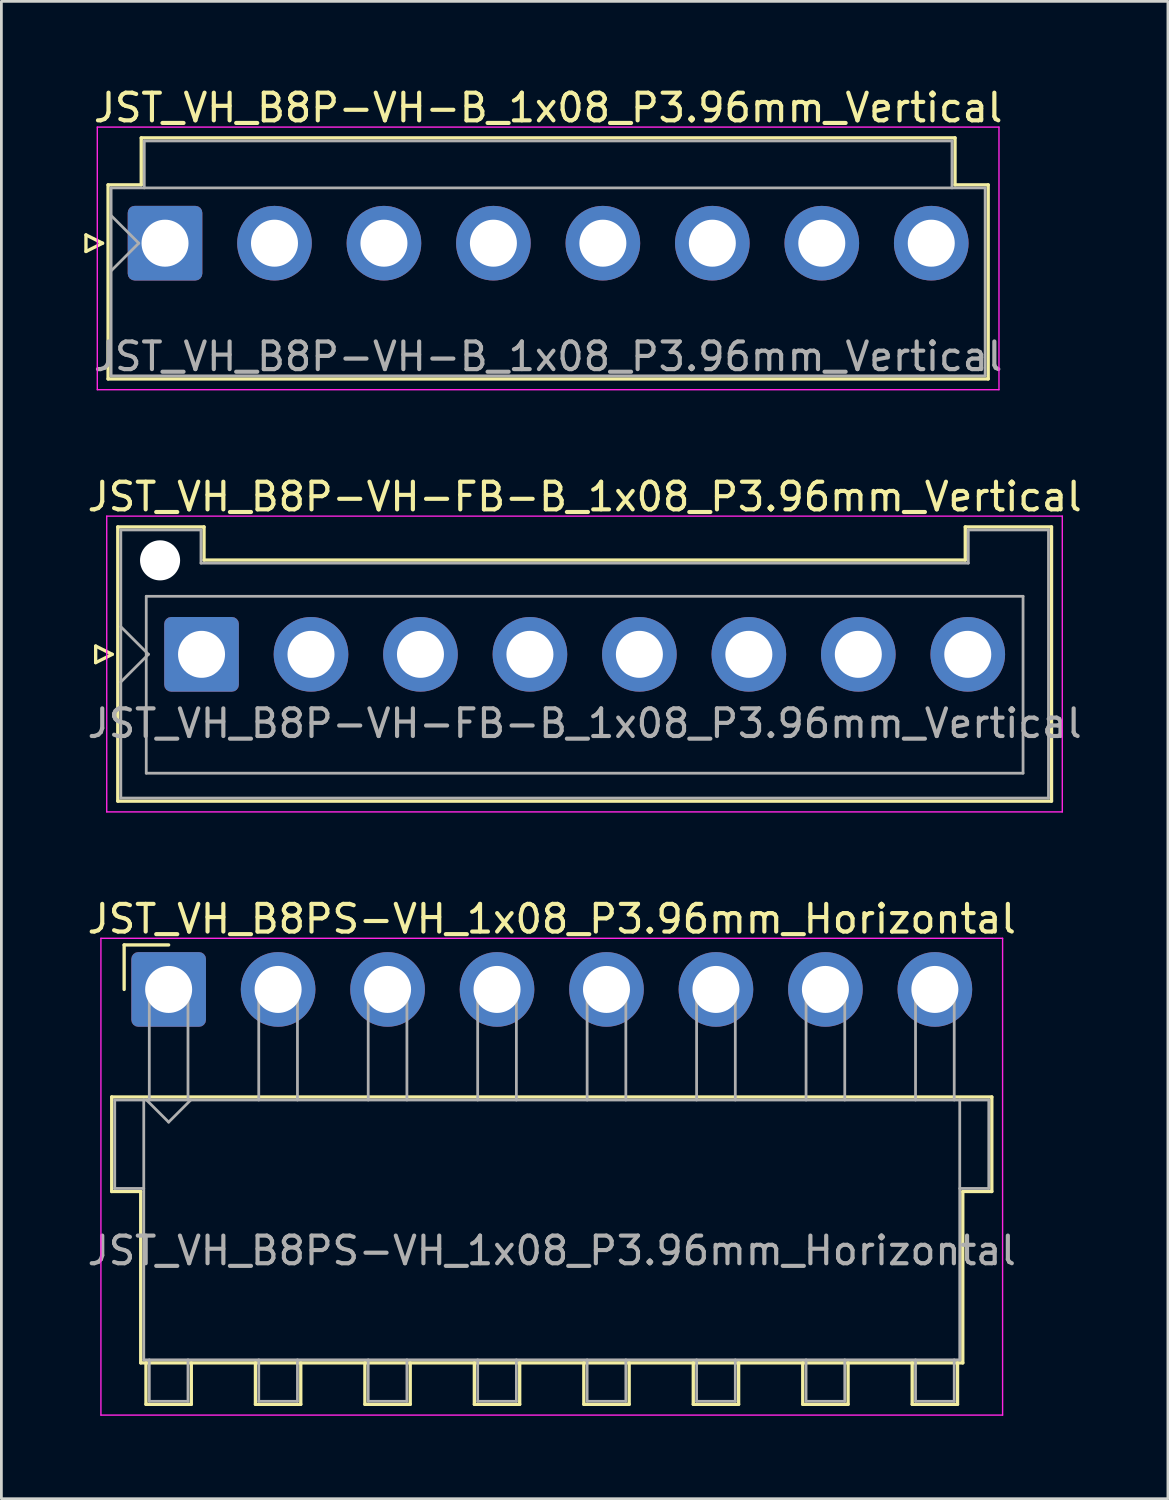
<source format=kicad_pcb>
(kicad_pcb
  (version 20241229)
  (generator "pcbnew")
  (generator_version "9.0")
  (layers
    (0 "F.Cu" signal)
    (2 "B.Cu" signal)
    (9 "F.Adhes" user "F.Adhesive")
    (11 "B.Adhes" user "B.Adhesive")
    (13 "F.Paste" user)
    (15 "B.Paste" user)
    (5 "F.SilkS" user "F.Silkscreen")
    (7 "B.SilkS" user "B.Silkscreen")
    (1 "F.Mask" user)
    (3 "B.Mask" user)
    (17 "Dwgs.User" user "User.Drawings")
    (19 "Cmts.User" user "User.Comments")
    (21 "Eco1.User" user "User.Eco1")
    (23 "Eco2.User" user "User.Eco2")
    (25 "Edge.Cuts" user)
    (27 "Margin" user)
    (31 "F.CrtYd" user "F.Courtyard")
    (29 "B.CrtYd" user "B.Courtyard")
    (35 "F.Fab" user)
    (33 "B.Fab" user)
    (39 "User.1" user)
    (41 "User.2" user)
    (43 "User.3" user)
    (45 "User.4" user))
  (footprint "JST_VH_B8PS-VH_1x08_P3.96mm_Horizontal"
    (layer "F.Cu")
    (at 3.051 32.745)
    (property "Reference" "JST_VH_B8PS-VH_1x08_P3.96mm_Horizontal" (at 13.86 -2.55 0) (layer "F.SilkS") (effects (font (size 1 1) (thickness 0.15))))
    (attr through_hole)
    (fp_line (start -2.06 3.89) (end 29.78 3.89) (stroke (width 0.12) (type solid)) (layer "F.SilkS"))
    (fp_line (start -2.06 7.31) (end -2.06 3.89) (stroke (width 0.12) (type solid)) (layer "F.SilkS"))
    (fp_line (start -1.61 -1.61) (end -1.61 0) (stroke (width 0.12) (type solid)) (layer "F.SilkS"))
    (fp_line (start -1.01 7.31) (end -2.06 7.31) (stroke (width 0.12) (type solid)) (layer "F.SilkS"))
    (fp_line (start -1.01 13.51) (end -1.01 7.31) (stroke (width 0.12) (type solid)) (layer "F.SilkS"))
    (fp_line (start -0.82 13.51) (end -0.82 15.01) (stroke (width 0.12) (type solid)) (layer "F.SilkS"))
    (fp_line (start -0.82 15.01) (end 0.82 15.01) (stroke (width 0.12) (type solid)) (layer "F.SilkS"))
    (fp_line (start 0 -1.61) (end -1.61 -1.61) (stroke (width 0.12) (type solid)) (layer "F.SilkS"))
    (fp_line (start 0.82 15.01) (end 0.82 13.51) (stroke (width 0.12) (type solid)) (layer "F.SilkS"))
    (fp_line (start 3.14 13.51) (end 3.14 15.01) (stroke (width 0.12) (type solid)) (layer "F.SilkS"))
    (fp_line (start 3.14 15.01) (end 4.78 15.01) (stroke (width 0.12) (type solid)) (layer "F.SilkS"))
    (fp_line (start 4.78 15.01) (end 4.78 13.51) (stroke (width 0.12) (type solid)) (layer "F.SilkS"))
    (fp_line (start 7.1 13.51) (end 7.1 15.01) (stroke (width 0.12) (type solid)) (layer "F.SilkS"))
    (fp_line (start 7.1 15.01) (end 8.74 15.01) (stroke (width 0.12) (type solid)) (layer "F.SilkS"))
    (fp_line (start 8.74 15.01) (end 8.74 13.51) (stroke (width 0.12) (type solid)) (layer "F.SilkS"))
    (fp_line (start 11.06 13.51) (end 11.06 15.01) (stroke (width 0.12) (type solid)) (layer "F.SilkS"))
    (fp_line (start 11.06 15.01) (end 12.7 15.01) (stroke (width 0.12) (type solid)) (layer "F.SilkS"))
    (fp_line (start 12.7 15.01) (end 12.7 13.51) (stroke (width 0.12) (type solid)) (layer "F.SilkS"))
    (fp_line (start 15.02 13.51) (end 15.02 15.01) (stroke (width 0.12) (type solid)) (layer "F.SilkS"))
    (fp_line (start 15.02 15.01) (end 16.66 15.01) (stroke (width 0.12) (type solid)) (layer "F.SilkS"))
    (fp_line (start 16.66 15.01) (end 16.66 13.51) (stroke (width 0.12) (type solid)) (layer "F.SilkS"))
    (fp_line (start 18.98 13.51) (end 18.98 15.01) (stroke (width 0.12) (type solid)) (layer "F.SilkS"))
    (fp_line (start 18.98 15.01) (end 20.62 15.01) (stroke (width 0.12) (type solid)) (layer "F.SilkS"))
    (fp_line (start 20.62 15.01) (end 20.62 13.51) (stroke (width 0.12) (type solid)) (layer "F.SilkS"))
    (fp_line (start 22.94 13.51) (end 22.94 15.01) (stroke (width 0.12) (type solid)) (layer "F.SilkS"))
    (fp_line (start 22.94 15.01) (end 24.58 15.01) (stroke (width 0.12) (type solid)) (layer "F.SilkS"))
    (fp_line (start 24.58 15.01) (end 24.58 13.51) (stroke (width 0.12) (type solid)) (layer "F.SilkS"))
    (fp_line (start 26.9 13.51) (end 26.9 15.01) (stroke (width 0.12) (type solid)) (layer "F.SilkS"))
    (fp_line (start 26.9 15.01) (end 28.54 15.01) (stroke (width 0.12) (type solid)) (layer "F.SilkS"))
    (fp_line (start 28.54 15.01) (end 28.54 13.51) (stroke (width 0.12) (type solid)) (layer "F.SilkS"))
    (fp_line (start 28.73 7.31) (end 28.73 13.51) (stroke (width 0.12) (type solid)) (layer "F.SilkS"))
    (fp_line (start 28.73 13.51) (end -1.01 13.51) (stroke (width 0.12) (type solid)) (layer "F.SilkS"))
    (fp_line (start 29.78 3.89) (end 29.78 7.31) (stroke (width 0.12) (type solid)) (layer "F.SilkS"))
    (fp_line (start 29.78 7.31) (end 28.73 7.31) (stroke (width 0.12) (type solid)) (layer "F.SilkS"))
    (fp_line (start -2.45 -1.85) (end -2.45 15.4) (stroke (width 0.05) (type solid)) (layer "F.CrtYd"))
    (fp_line (start -2.45 15.4) (end 30.17 15.4) (stroke (width 0.05) (type solid)) (layer "F.CrtYd"))
    (fp_line (start 30.17 -1.85) (end -2.45 -1.85) (stroke (width 0.05) (type solid)) (layer "F.CrtYd"))
    (fp_line (start 30.17 15.4) (end 30.17 -1.85) (stroke (width 0.05) (type solid)) (layer "F.CrtYd"))
    (fp_line (start -1.95 4) (end -0.9 4) (stroke (width 0.1) (type solid)) (layer "F.Fab"))
    (fp_line (start -1.95 7.2) (end -1.95 4) (stroke (width 0.1) (type solid)) (layer "F.Fab"))
    (fp_line (start -0.9 4) (end -0.9 13.4) (stroke (width 0.1) (type solid)) (layer "F.Fab"))
    (fp_line (start -0.9 7.2) (end -1.95 7.2) (stroke (width 0.1) (type solid)) (layer "F.Fab"))
    (fp_line (start -0.9 13.4) (end 28.62 13.4) (stroke (width 0.1) (type solid)) (layer "F.Fab"))
    (fp_line (start -0.8 4) (end 0 4.8) (stroke (width 0.1) (type solid)) (layer "F.Fab"))
    (fp_line (start -0.7 0) (end 0.7 0) (stroke (width 0.1) (type solid)) (layer "F.Fab"))
    (fp_line (start -0.7 4) (end -0.7 0) (stroke (width 0.1) (type solid)) (layer "F.Fab"))
    (fp_line (start -0.7 13.4) (end -0.7 14.9) (stroke (width 0.1) (type solid)) (layer "F.Fab"))
    (fp_line (start -0.7 14.9) (end 0.7 14.9) (stroke (width 0.1) (type solid)) (layer "F.Fab"))
    (fp_line (start 0 4.8) (end 0.8 4) (stroke (width 0.1) (type solid)) (layer "F.Fab"))
    (fp_line (start 0.7 0) (end 0.7 4) (stroke (width 0.1) (type solid)) (layer "F.Fab"))
    (fp_line (start 0.7 14.9) (end 0.7 13.4) (stroke (width 0.1) (type solid)) (layer "F.Fab"))
    (fp_line (start 3.26 0) (end 4.66 0) (stroke (width 0.1) (type solid)) (layer "F.Fab"))
    (fp_line (start 3.26 4) (end 3.26 0) (stroke (width 0.1) (type solid)) (layer "F.Fab"))
    (fp_line (start 3.26 13.4) (end 3.26 14.9) (stroke (width 0.1) (type solid)) (layer "F.Fab"))
    (fp_line (start 3.26 14.9) (end 4.66 14.9) (stroke (width 0.1) (type solid)) (layer "F.Fab"))
    (fp_line (start 4.66 0) (end 4.66 4) (stroke (width 0.1) (type solid)) (layer "F.Fab"))
    (fp_line (start 4.66 14.9) (end 4.66 13.4) (stroke (width 0.1) (type solid)) (layer "F.Fab"))
    (fp_line (start 7.22 0) (end 8.62 0) (stroke (width 0.1) (type solid)) (layer "F.Fab"))
    (fp_line (start 7.22 4) (end 7.22 0) (stroke (width 0.1) (type solid)) (layer "F.Fab"))
    (fp_line (start 7.22 13.4) (end 7.22 14.9) (stroke (width 0.1) (type solid)) (layer "F.Fab"))
    (fp_line (start 7.22 14.9) (end 8.62 14.9) (stroke (width 0.1) (type solid)) (layer "F.Fab"))
    (fp_line (start 8.62 0) (end 8.62 4) (stroke (width 0.1) (type solid)) (layer "F.Fab"))
    (fp_line (start 8.62 14.9) (end 8.62 13.4) (stroke (width 0.1) (type solid)) (layer "F.Fab"))
    (fp_line (start 11.18 0) (end 12.58 0) (stroke (width 0.1) (type solid)) (layer "F.Fab"))
    (fp_line (start 11.18 4) (end 11.18 0) (stroke (width 0.1) (type solid)) (layer "F.Fab"))
    (fp_line (start 11.18 13.4) (end 11.18 14.9) (stroke (width 0.1) (type solid)) (layer "F.Fab"))
    (fp_line (start 11.18 14.9) (end 12.58 14.9) (stroke (width 0.1) (type solid)) (layer "F.Fab"))
    (fp_line (start 12.58 0) (end 12.58 4) (stroke (width 0.1) (type solid)) (layer "F.Fab"))
    (fp_line (start 12.58 14.9) (end 12.58 13.4) (stroke (width 0.1) (type solid)) (layer "F.Fab"))
    (fp_line (start 15.14 0) (end 16.54 0) (stroke (width 0.1) (type solid)) (layer "F.Fab"))
    (fp_line (start 15.14 4) (end 15.14 0) (stroke (width 0.1) (type solid)) (layer "F.Fab"))
    (fp_line (start 15.14 13.4) (end 15.14 14.9) (stroke (width 0.1) (type solid)) (layer "F.Fab"))
    (fp_line (start 15.14 14.9) (end 16.54 14.9) (stroke (width 0.1) (type solid)) (layer "F.Fab"))
    (fp_line (start 16.54 0) (end 16.54 4) (stroke (width 0.1) (type solid)) (layer "F.Fab"))
    (fp_line (start 16.54 14.9) (end 16.54 13.4) (stroke (width 0.1) (type solid)) (layer "F.Fab"))
    (fp_line (start 19.1 0) (end 20.5 0) (stroke (width 0.1) (type solid)) (layer "F.Fab"))
    (fp_line (start 19.1 4) (end 19.1 0) (stroke (width 0.1) (type solid)) (layer "F.Fab"))
    (fp_line (start 19.1 13.4) (end 19.1 14.9) (stroke (width 0.1) (type solid)) (layer "F.Fab"))
    (fp_line (start 19.1 14.9) (end 20.5 14.9) (stroke (width 0.1) (type solid)) (layer "F.Fab"))
    (fp_line (start 20.5 0) (end 20.5 4) (stroke (width 0.1) (type solid)) (layer "F.Fab"))
    (fp_line (start 20.5 14.9) (end 20.5 13.4) (stroke (width 0.1) (type solid)) (layer "F.Fab"))
    (fp_line (start 23.06 0) (end 24.46 0) (stroke (width 0.1) (type solid)) (layer "F.Fab"))
    (fp_line (start 23.06 4) (end 23.06 0) (stroke (width 0.1) (type solid)) (layer "F.Fab"))
    (fp_line (start 23.06 13.4) (end 23.06 14.9) (stroke (width 0.1) (type solid)) (layer "F.Fab"))
    (fp_line (start 23.06 14.9) (end 24.46 14.9) (stroke (width 0.1) (type solid)) (layer "F.Fab"))
    (fp_line (start 24.46 0) (end 24.46 4) (stroke (width 0.1) (type solid)) (layer "F.Fab"))
    (fp_line (start 24.46 14.9) (end 24.46 13.4) (stroke (width 0.1) (type solid)) (layer "F.Fab"))
    (fp_line (start 27.02 0) (end 28.42 0) (stroke (width 0.1) (type solid)) (layer "F.Fab"))
    (fp_line (start 27.02 4) (end 27.02 0) (stroke (width 0.1) (type solid)) (layer "F.Fab"))
    (fp_line (start 27.02 13.4) (end 27.02 14.9) (stroke (width 0.1) (type solid)) (layer "F.Fab"))
    (fp_line (start 27.02 14.9) (end 28.42 14.9) (stroke (width 0.1) (type solid)) (layer "F.Fab"))
    (fp_line (start 28.42 0) (end 28.42 4) (stroke (width 0.1) (type solid)) (layer "F.Fab"))
    (fp_line (start 28.42 14.9) (end 28.42 13.4) (stroke (width 0.1) (type solid)) (layer "F.Fab"))
    (fp_line (start 28.62 4) (end -0.9 4) (stroke (width 0.1) (type solid)) (layer "F.Fab"))
    (fp_line (start 28.62 4) (end 29.67 4) (stroke (width 0.1) (type solid)) (layer "F.Fab"))
    (fp_line (start 28.62 13.4) (end 28.62 4) (stroke (width 0.1) (type solid)) (layer "F.Fab"))
    (fp_line (start 29.67 4) (end 29.67 7.2) (stroke (width 0.1) (type solid)) (layer "F.Fab"))
    (fp_line (start 29.67 7.2) (end 28.62 7.2) (stroke (width 0.1) (type solid)) (layer "F.Fab"))
    (fp_text user "${REFERENCE}" (at 13.86 9.45 0) (layer "F.Fab") (effects (font (size 1 1) (thickness 0.15))))
    (pad "1" thru_hole roundrect (at 0 0) (size 2.7 2.7) (drill 1.7) (layers "*.Cu" "*.Mask") (roundrect_rratio 0.093))
    (pad "2" thru_hole circle (at 3.96 0) (size 2.7 2.7) (drill 1.7) (layers "*.Cu" "*.Mask"))
    (pad "3" thru_hole circle (at 7.92 0) (size 2.7 2.7) (drill 1.7) (layers "*.Cu" "*.Mask"))
    (pad "4" thru_hole circle (at 11.88 0) (size 2.7 2.7) (drill 1.7) (layers "*.Cu" "*.Mask"))
    (pad "5" thru_hole circle (at 15.84 0) (size 2.7 2.7) (drill 1.7) (layers "*.Cu" "*.Mask"))
    (pad "6" thru_hole circle (at 19.8 0) (size 2.7 2.7) (drill 1.7) (layers "*.Cu" "*.Mask"))
    (pad "7" thru_hole circle (at 23.76 0) (size 2.7 2.7) (drill 1.7) (layers "*.Cu" "*.Mask"))
    (pad "8" thru_hole circle (at 27.72 0) (size 2.7 2.7) (drill 1.7) (layers "*.Cu" "*.Mask")))
  (footprint "JST_VH_B8P-VH-FB-B_1x08_P3.96mm_Vertical"
    (layer "F.Cu")
    (at 4.241 20.622)
    (property "Reference" "JST_VH_B8P-VH-FB-B_1x08_P3.96mm_Vertical" (at 13.86 -5.7 0) (layer "F.SilkS") (effects (font (size 1 1) (thickness 0.15))))
    (attr through_hole)
    (fp_line (start -3.83 -0.3) (end -3.23 0) (stroke (width 0.12) (type solid)) (layer "F.SilkS"))
    (fp_line (start -3.83 0.3) (end -3.83 -0.3) (stroke (width 0.12) (type solid)) (layer "F.SilkS"))
    (fp_line (start -3.23 0) (end -3.83 0.3) (stroke (width 0.12) (type solid)) (layer "F.SilkS"))
    (fp_line (start -3.03 -4.61) (end 0.09 -4.61) (stroke (width 0.12) (type solid)) (layer "F.SilkS"))
    (fp_line (start -3.03 5.31) (end -3.03 -4.61) (stroke (width 0.12) (type solid)) (layer "F.SilkS"))
    (fp_line (start 0.09 -4.61) (end 0.09 -3.41) (stroke (width 0.12) (type solid)) (layer "F.SilkS"))
    (fp_line (start 0.09 -3.41) (end 27.63 -3.41) (stroke (width 0.12) (type solid)) (layer "F.SilkS"))
    (fp_line (start 27.63 -4.61) (end 30.75 -4.61) (stroke (width 0.12) (type solid)) (layer "F.SilkS"))
    (fp_line (start 27.63 -3.41) (end 27.63 -4.61) (stroke (width 0.12) (type solid)) (layer "F.SilkS"))
    (fp_line (start 30.75 -4.61) (end 30.75 5.31) (stroke (width 0.12) (type solid)) (layer "F.SilkS"))
    (fp_line (start 30.75 5.31) (end -3.03 5.31) (stroke (width 0.12) (type solid)) (layer "F.SilkS"))
    (fp_line (start -3.43 -5) (end -3.43 5.7) (stroke (width 0.05) (type solid)) (layer "F.CrtYd"))
    (fp_line (start -3.43 5.7) (end 31.14 5.7) (stroke (width 0.05) (type solid)) (layer "F.CrtYd"))
    (fp_line (start 31.14 -5) (end -3.43 -5) (stroke (width 0.05) (type solid)) (layer "F.CrtYd"))
    (fp_line (start 31.14 5.7) (end 31.14 -5) (stroke (width 0.05) (type solid)) (layer "F.CrtYd"))
    (fp_line (start -2.92 -4.5) (end -0.02 -4.5) (stroke (width 0.1) (type solid)) (layer "F.Fab"))
    (fp_line (start -2.92 -1) (end -1.92 0) (stroke (width 0.1) (type solid)) (layer "F.Fab"))
    (fp_line (start -2.92 1) (end -1.92 0) (stroke (width 0.1) (type solid)) (layer "F.Fab"))
    (fp_line (start -2.92 5.2) (end -2.92 -4.5) (stroke (width 0.1) (type solid)) (layer "F.Fab"))
    (fp_line (start -2 -2.1) (end 29.72 -2.1) (stroke (width 0.1) (type solid)) (layer "F.Fab"))
    (fp_line (start -2 4.3) (end -2 -2.1) (stroke (width 0.1) (type solid)) (layer "F.Fab"))
    (fp_line (start -0.02 -4.5) (end -0.02 -3.3) (stroke (width 0.1) (type solid)) (layer "F.Fab"))
    (fp_line (start -0.02 -3.3) (end 27.74 -3.3) (stroke (width 0.1) (type solid)) (layer "F.Fab"))
    (fp_line (start 27.74 -4.5) (end 30.64 -4.5) (stroke (width 0.1) (type solid)) (layer "F.Fab"))
    (fp_line (start 27.74 -3.3) (end 27.74 -4.5) (stroke (width 0.1) (type solid)) (layer "F.Fab"))
    (fp_line (start 29.72 -2.1) (end 29.72 4.3) (stroke (width 0.1) (type solid)) (layer "F.Fab"))
    (fp_line (start 29.72 4.3) (end -2 4.3) (stroke (width 0.1) (type solid)) (layer "F.Fab"))
    (fp_line (start 30.64 -4.5) (end 30.64 5.2) (stroke (width 0.1) (type solid)) (layer "F.Fab"))
    (fp_line (start 30.64 5.2) (end -2.92 5.2) (stroke (width 0.1) (type solid)) (layer "F.Fab"))
    (fp_text user "${REFERENCE}" (at 13.86 2.5 0) (layer "F.Fab") (effects (font (size 1 1) (thickness 0.15))))
    (pad "" np_thru_hole circle (at -1.5 -3.4) (size 1.45 1.45) (drill 1.45) (layers "*.Cu" "*.Mask"))
    (pad "1" thru_hole roundrect (at 0 0) (size 2.7 2.7) (drill 1.7) (layers "*.Cu" "*.Mask") (roundrect_rratio 0.093))
    (pad "2" thru_hole circle (at 3.96 0) (size 2.7 2.7) (drill 1.7) (layers "*.Cu" "*.Mask"))
    (pad "3" thru_hole circle (at 7.92 0) (size 2.7 2.7) (drill 1.7) (layers "*.Cu" "*.Mask"))
    (pad "4" thru_hole circle (at 11.88 0) (size 2.7 2.7) (drill 1.7) (layers "*.Cu" "*.Mask"))
    (pad "5" thru_hole circle (at 15.84 0) (size 2.7 2.7) (drill 1.7) (layers "*.Cu" "*.Mask"))
    (pad "6" thru_hole circle (at 19.8 0) (size 2.7 2.7) (drill 1.7) (layers "*.Cu" "*.Mask"))
    (pad "7" thru_hole circle (at 23.76 0) (size 2.7 2.7) (drill 1.7) (layers "*.Cu" "*.Mask"))
    (pad "8" thru_hole circle (at 27.72 0) (size 2.7 2.7) (drill 1.7) (layers "*.Cu" "*.Mask")))
  (footprint "JST_VH_B8P-VH-B_1x08_P3.96mm_Vertical"
    (layer "F.Cu")
    (at 2.92 5.748)
    (property "Reference" "JST_VH_B8P-VH-B_1x08_P3.96mm_Vertical" (at 13.86 -4.9 0) (layer "F.SilkS") (effects (font (size 1 1) (thickness 0.15))))
    (attr through_hole)
    (fp_line (start -2.86 -0.3) (end -2.26 0) (stroke (width 0.12) (type solid)) (layer "F.SilkS"))
    (fp_line (start -2.86 0.3) (end -2.86 -0.3) (stroke (width 0.12) (type solid)) (layer "F.SilkS"))
    (fp_line (start -2.26 0) (end -2.86 0.3) (stroke (width 0.12) (type solid)) (layer "F.SilkS"))
    (fp_line (start -2.06 -2.11) (end -0.86 -2.11) (stroke (width 0.12) (type solid)) (layer "F.SilkS"))
    (fp_line (start -2.06 4.91) (end -2.06 -2.11) (stroke (width 0.12) (type solid)) (layer "F.SilkS"))
    (fp_line (start -0.86 -3.81) (end 28.58 -3.81) (stroke (width 0.12) (type solid)) (layer "F.SilkS"))
    (fp_line (start -0.86 -2.11) (end -0.86 -3.81) (stroke (width 0.12) (type solid)) (layer "F.SilkS"))
    (fp_line (start 28.58 -3.81) (end 28.58 -2.11) (stroke (width 0.12) (type solid)) (layer "F.SilkS"))
    (fp_line (start 28.58 -2.11) (end 29.78 -2.11) (stroke (width 0.12) (type solid)) (layer "F.SilkS"))
    (fp_line (start 29.78 -2.11) (end 29.78 4.91) (stroke (width 0.12) (type solid)) (layer "F.SilkS"))
    (fp_line (start 29.78 4.91) (end -2.06 4.91) (stroke (width 0.12) (type solid)) (layer "F.SilkS"))
    (fp_line (start -2.45 -4.2) (end -2.45 5.3) (stroke (width 0.05) (type solid)) (layer "F.CrtYd"))
    (fp_line (start -2.45 5.3) (end 30.17 5.3) (stroke (width 0.05) (type solid)) (layer "F.CrtYd"))
    (fp_line (start 30.17 -4.2) (end -2.45 -4.2) (stroke (width 0.05) (type solid)) (layer "F.CrtYd"))
    (fp_line (start 30.17 5.3) (end 30.17 -4.2) (stroke (width 0.05) (type solid)) (layer "F.CrtYd"))
    (fp_line (start -1.95 -2) (end -1.95 4.8) (stroke (width 0.1) (type solid)) (layer "F.Fab"))
    (fp_line (start -1.95 -1) (end -0.95 0) (stroke (width 0.1) (type solid)) (layer "F.Fab"))
    (fp_line (start -1.95 1) (end -0.95 0) (stroke (width 0.1) (type solid)) (layer "F.Fab"))
    (fp_line (start -1.95 4.8) (end 29.67 4.8) (stroke (width 0.1) (type solid)) (layer "F.Fab"))
    (fp_line (start -0.75 -3.7) (end 28.47 -3.7) (stroke (width 0.1) (type solid)) (layer "F.Fab"))
    (fp_line (start -0.75 -2) (end -0.75 -3.7) (stroke (width 0.1) (type solid)) (layer "F.Fab"))
    (fp_line (start 28.47 -3.7) (end 28.47 -2) (stroke (width 0.1) (type solid)) (layer "F.Fab"))
    (fp_line (start 29.67 -2) (end -1.95 -2) (stroke (width 0.1) (type solid)) (layer "F.Fab"))
    (fp_line (start 29.67 4.8) (end 29.67 -2) (stroke (width 0.1) (type solid)) (layer "F.Fab"))
    (fp_text user "${REFERENCE}" (at 13.86 4.1 0) (layer "F.Fab") (effects (font (size 1 1) (thickness 0.15))))
    (pad "1" thru_hole roundrect (at 0 0) (size 2.7 2.7) (drill 1.7) (layers "*.Cu" "*.Mask") (roundrect_rratio 0.093))
    (pad "2" thru_hole circle (at 3.96 0) (size 2.7 2.7) (drill 1.7) (layers "*.Cu" "*.Mask"))
    (pad "3" thru_hole circle (at 7.92 0) (size 2.7 2.7) (drill 1.7) (layers "*.Cu" "*.Mask"))
    (pad "4" thru_hole circle (at 11.88 0) (size 2.7 2.7) (drill 1.7) (layers "*.Cu" "*.Mask"))
    (pad "5" thru_hole circle (at 15.84 0) (size 2.7 2.7) (drill 1.7) (layers "*.Cu" "*.Mask"))
    (pad "6" thru_hole circle (at 19.8 0) (size 2.7 2.7) (drill 1.7) (layers "*.Cu" "*.Mask"))
    (pad "7" thru_hole circle (at 23.76 0) (size 2.7 2.7) (drill 1.7) (layers "*.Cu" "*.Mask"))
    (pad "8" thru_hole circle (at 27.72 0) (size 2.7 2.7) (drill 1.7) (layers "*.Cu" "*.Mask")))
  (gr_rect
    (start -3 -3)
    (end 39.202 51.17)
    (stroke (width 0.1) (type default))
    (fill no)
    (layer "Edge.Cuts")))
</source>
